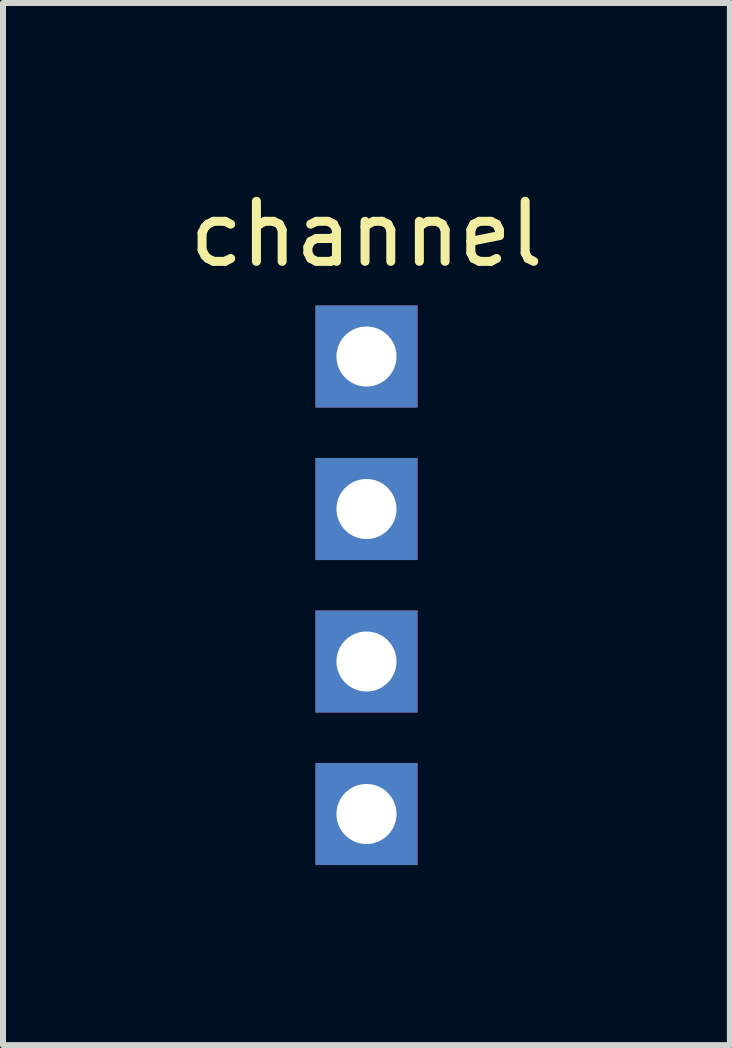
<source format=kicad_pcb>
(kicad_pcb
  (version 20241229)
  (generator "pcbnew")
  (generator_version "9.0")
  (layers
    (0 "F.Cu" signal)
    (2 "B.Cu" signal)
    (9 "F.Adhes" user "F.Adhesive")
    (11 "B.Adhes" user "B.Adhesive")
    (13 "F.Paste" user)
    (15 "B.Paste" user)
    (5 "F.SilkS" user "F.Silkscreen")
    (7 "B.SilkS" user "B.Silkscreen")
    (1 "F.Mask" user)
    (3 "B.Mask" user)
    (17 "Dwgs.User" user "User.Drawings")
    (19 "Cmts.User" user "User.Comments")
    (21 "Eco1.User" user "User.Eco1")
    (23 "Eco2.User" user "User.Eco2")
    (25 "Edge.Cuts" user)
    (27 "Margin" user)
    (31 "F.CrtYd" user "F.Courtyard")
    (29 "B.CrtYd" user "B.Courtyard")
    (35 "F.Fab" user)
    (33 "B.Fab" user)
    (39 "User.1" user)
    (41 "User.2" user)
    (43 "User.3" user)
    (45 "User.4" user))
  (footprint "channel"
    (layer "F.Cu")
    (at 3.054 0.348)
    (property "Reference" "channel" (at 0 0.5 0) (layer "F.SilkS") (effects (font (size 1 1) (thickness 0.15))))
    (attr through_hole)
    (pad "1" thru_hole rect (at 0 2.54) (size 1.7 1.7) (drill 1) (layers "*.Cu" "*.Mask"))
    (pad "2" thru_hole rect (at 0 5.08) (size 1.7 1.7) (drill 1) (layers "*.Cu" "*.Mask"))
    (pad "3" thru_hole rect (at 0 7.62) (size 1.7 1.7) (drill 1) (layers "*.Cu" "*.Mask"))
    (pad "4" thru_hole rect (at 0 10.16) (size 1.7 1.7) (drill 1) (layers "*.Cu" "*.Mask")))
  (gr_rect
    (start -3 -3)
    (end 9.107 14.358)
    (stroke (width 0.1) (type default))
    (fill no)
    (layer "Edge.Cuts")))
</source>
